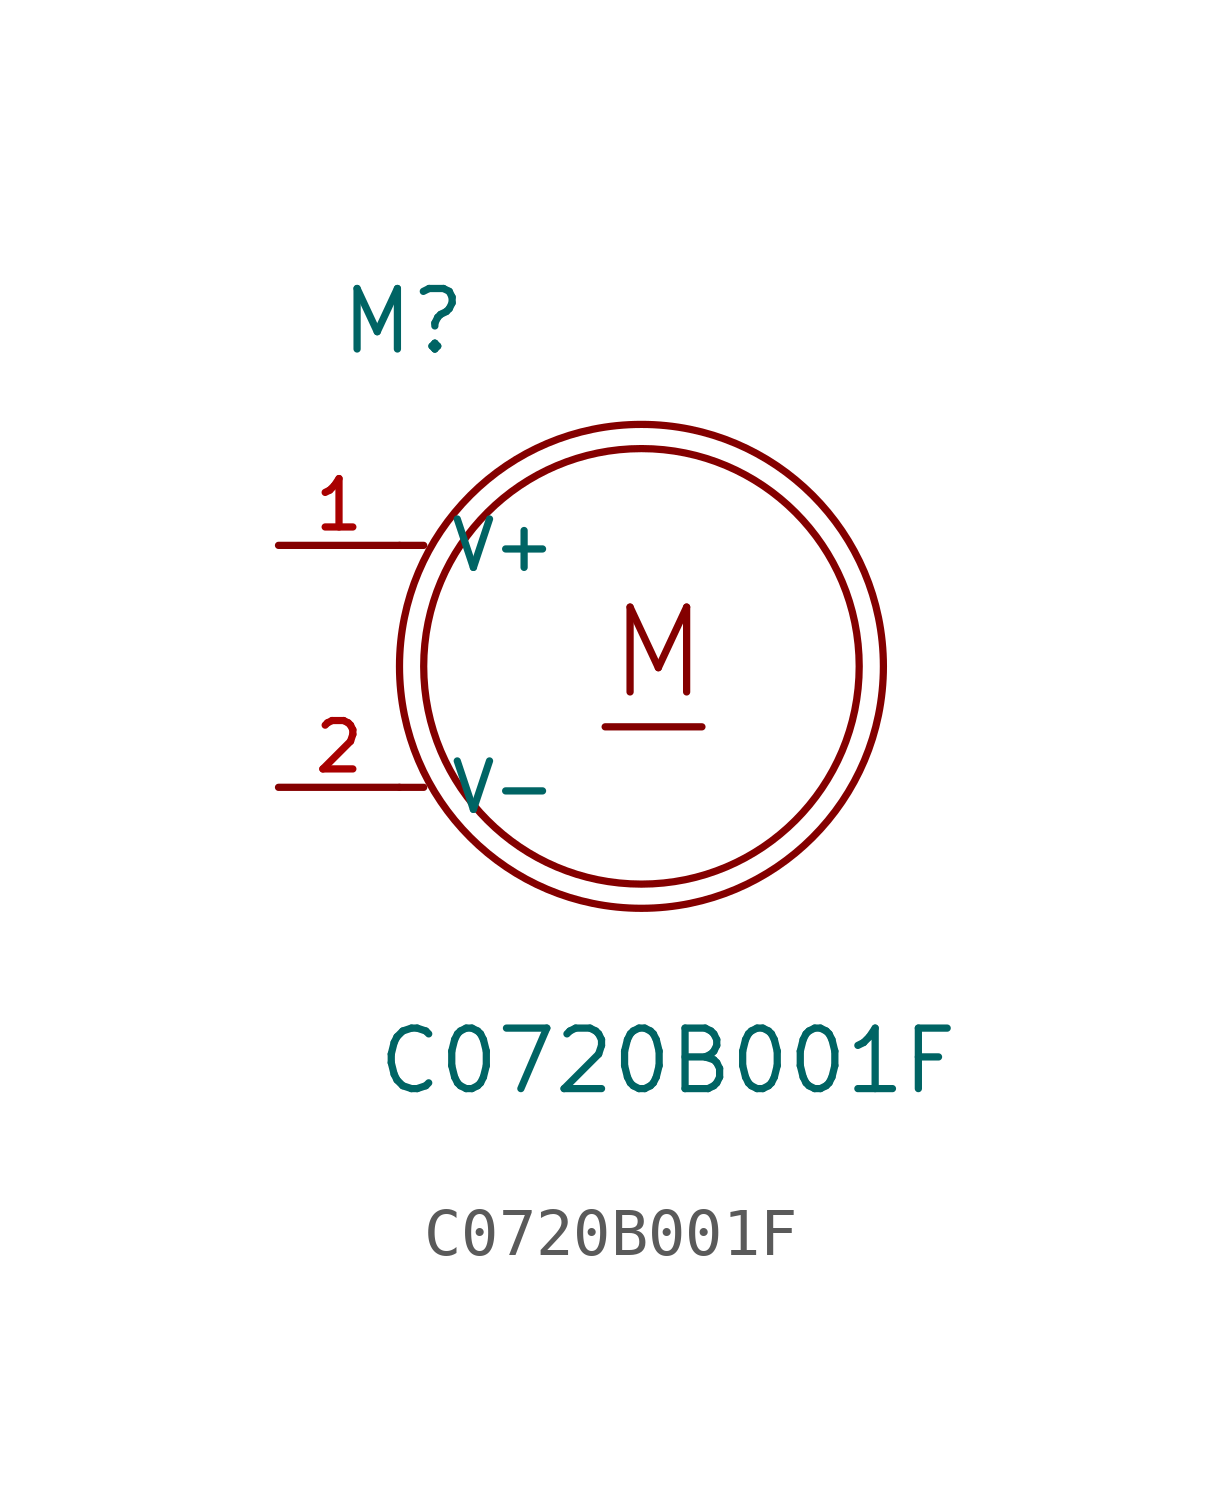
<source format=kicad_sym>
(kicad_symbol_lib
  (version 20211014)
  (generator kicad_symbol_editor)
  (symbol "C0720B001F"
    (pin_names
      (offset 1.016))
    (property "Reference" "M"
      (at -6.373 6.5 0)
      (effects (font (size 1.27 1.27)) (justify bottom left)))
    (property "Value" "C0720B001F"
      (at -5.595 -9.029 0)
      (effects (font (size 1.27 1.27)) (justify bottom left)))
    (symbol "C0720B001F_0_0"
      (circle (center 0.0 0.0) (radius 5.08) (stroke (width 0.152)) (fill (type none)))
      (text "M" (at -0.763 -0.763 0) (effects (font (size 1.781 1.781)) (justify bottom left)))
      (polyline (pts (xy -0.762 -1.27) (xy 1.27 -1.27)) (stroke (width 0.152)))
      (circle (center 0.0 0.0) (radius 4.572) (stroke (width 0.152)) (fill (type none)))
      (polyline (pts (xy -5.08 2.54) (xy -4.572 2.54)) (stroke (width 0.152)))
      (polyline (pts (xy -4.572 -2.54) (xy -5.08 -2.54)) (stroke (width 0.152)))
      (pin power_in line (at -7.62 2.54 0) (length 2.54) (name "V+" (effects (font (size 1.016 1.016)))) (number "1" (effects (font (size 1.016 1.016)))))
      (pin power_in line (at -7.62 -2.54 0) (length 2.54) (name "V-" (effects (font (size 1.016 1.016)))) (number "2" (effects (font (size 1.016 1.016))))))))
</source>
